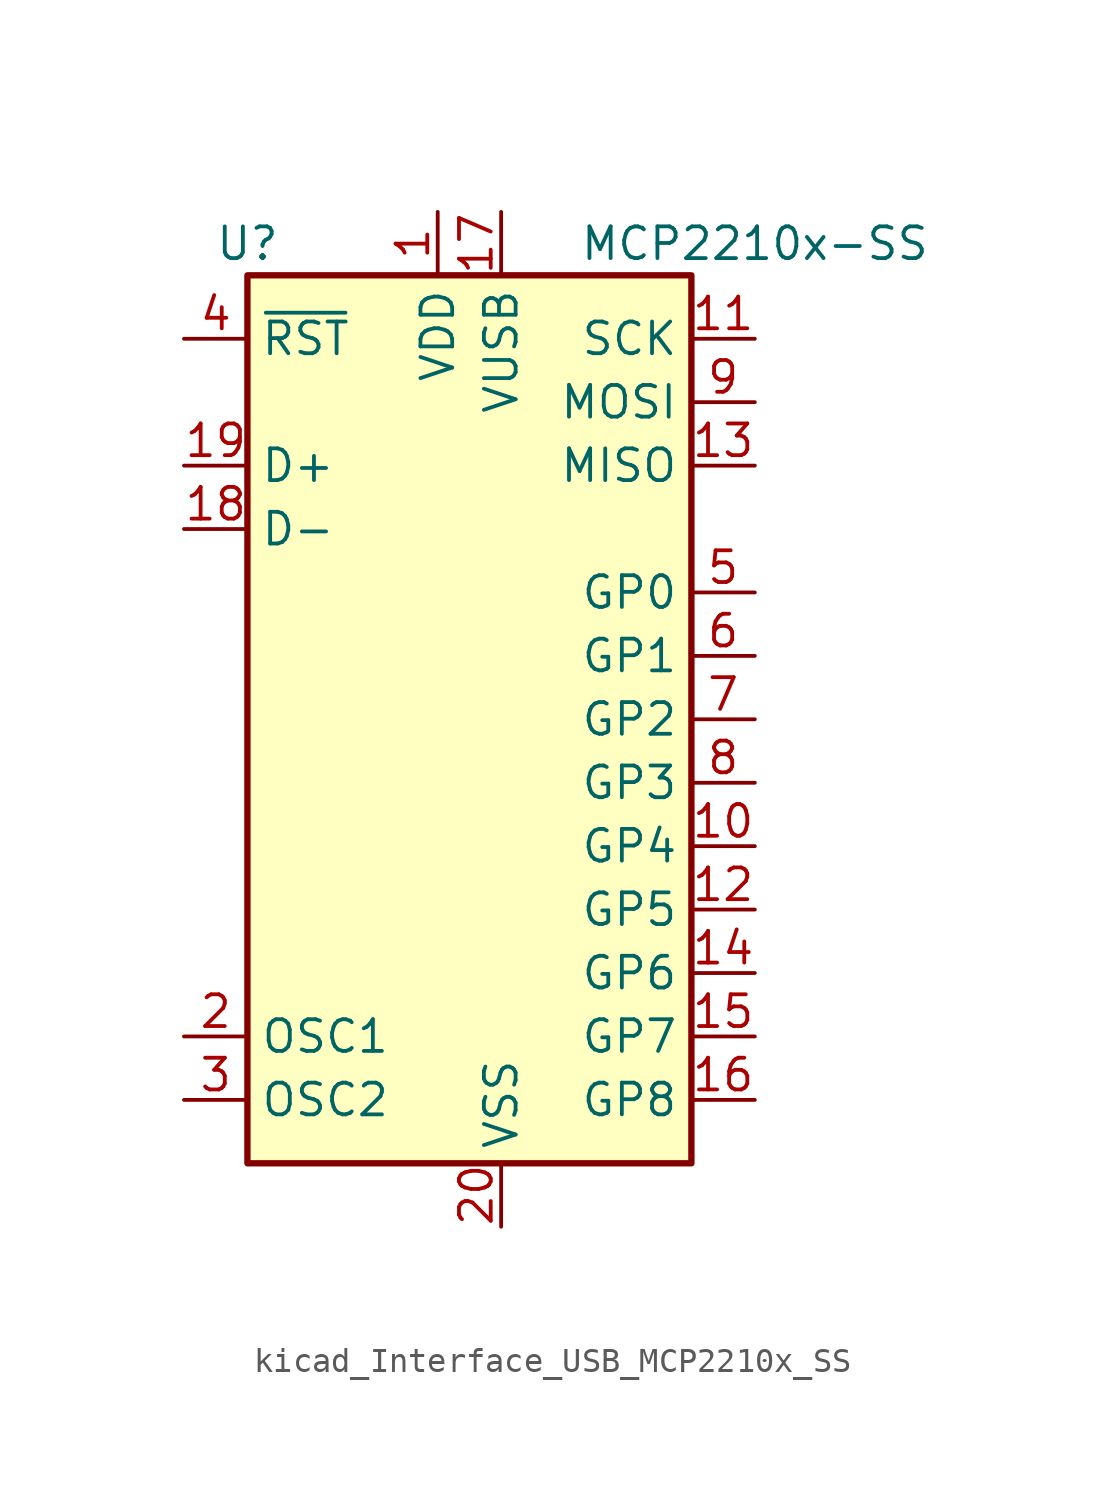
<source format=kicad_sym>
(kicad_symbol_lib
  (version 20220914)
  (generator kicad_symbol_editor)
  (symbol "kicad_Interface_USB_MCP2210x_SS"
    (property "Reference" "U"
      (at -10.16 19.05 0)
      (effects (font (size 1.27 1.27))))
    (property "Value" "MCP2210x-SS"
      (at 10.16 19.05 0)
      (effects (font (size 1.27 1.27))))
    (symbol "kicad_Interface_USB_MCP2210x_SS_0_1"
      (rectangle (start -10.16 17.78) (end 7.62 -17.78) (stroke (width 0.254) (type default)) (fill (type background))))
    (symbol "kicad_Interface_USB_MCP2210x_SS_1_1"
      (pin power_in line (at -2.54 20.32 270) (length 2.54) (name "VDD" (effects (font (size 1.27 1.27)))) (number "1" (effects (font (size 1.27 1.27)))))
      (pin bidirectional line (at 10.16 -5.08 180) (length 2.54) (name "GP4" (effects (font (size 1.27 1.27)))) (number "10" (effects (font (size 1.27 1.27)))))
      (pin output line (at 10.16 15.24 180) (length 2.54) (name "SCK" (effects (font (size 1.27 1.27)))) (number "11" (effects (font (size 1.27 1.27)))))
      (pin bidirectional line (at 10.16 -7.62 180) (length 2.54) (name "GP5" (effects (font (size 1.27 1.27)))) (number "12" (effects (font (size 1.27 1.27)))))
      (pin input line (at 10.16 10.16 180) (length 2.54) (name "MISO" (effects (font (size 1.27 1.27)))) (number "13" (effects (font (size 1.27 1.27)))))
      (pin bidirectional line (at 10.16 -10.16 180) (length 2.54) (name "GP6" (effects (font (size 1.27 1.27)))) (number "14" (effects (font (size 1.27 1.27)))))
      (pin bidirectional line (at 10.16 -12.7 180) (length 2.54) (name "GP7" (effects (font (size 1.27 1.27)))) (number "15" (effects (font (size 1.27 1.27)))))
      (pin bidirectional line (at 10.16 -15.24 180) (length 2.54) (name "GP8" (effects (font (size 1.27 1.27)))) (number "16" (effects (font (size 1.27 1.27)))))
      (pin passive line (at 0 20.32 270) (length 2.54) (name "VUSB" (effects (font (size 1.27 1.27)))) (number "17" (effects (font (size 1.27 1.27)))))
      (pin bidirectional line (at -12.7 7.62 0) (length 2.54) (name "D-" (effects (font (size 1.27 1.27)))) (number "18" (effects (font (size 1.27 1.27)))))
      (pin bidirectional line (at -12.7 10.16 0) (length 2.54) (name "D+" (effects (font (size 1.27 1.27)))) (number "19" (effects (font (size 1.27 1.27)))))
      (pin input line (at -12.7 -12.7 0) (length 2.54) (name "OSC1" (effects (font (size 1.27 1.27)))) (number "2" (effects (font (size 1.27 1.27)))))
      (pin power_in line (at 0 -20.32 90) (length 2.54) (name "VSS" (effects (font (size 1.27 1.27)))) (number "20" (effects (font (size 1.27 1.27)))))
      (pin output line (at -12.7 -15.24 0) (length 2.54) (name "OSC2" (effects (font (size 1.27 1.27)))) (number "3" (effects (font (size 1.27 1.27)))))
      (pin input line (at -12.7 15.24 0) (length 2.54) (name "~{RST}" (effects (font (size 1.27 1.27)))) (number "4" (effects (font (size 1.27 1.27)))))
      (pin bidirectional line (at 10.16 5.08 180) (length 2.54) (name "GP0" (effects (font (size 1.27 1.27)))) (number "5" (effects (font (size 1.27 1.27)))))
      (pin bidirectional line (at 10.16 2.54 180) (length 2.54) (name "GP1" (effects (font (size 1.27 1.27)))) (number "6" (effects (font (size 1.27 1.27)))))
      (pin bidirectional line (at 10.16 0 180) (length 2.54) (name "GP2" (effects (font (size 1.27 1.27)))) (number "7" (effects (font (size 1.27 1.27)))))
      (pin bidirectional line (at 10.16 -2.54 180) (length 2.54) (name "GP3" (effects (font (size 1.27 1.27)))) (number "8" (effects (font (size 1.27 1.27)))))
      (pin output line (at 10.16 12.7 180) (length 2.54) (name "MOSI" (effects (font (size 1.27 1.27)))) (number "9" (effects (font (size 1.27 1.27))))))))
</source>
